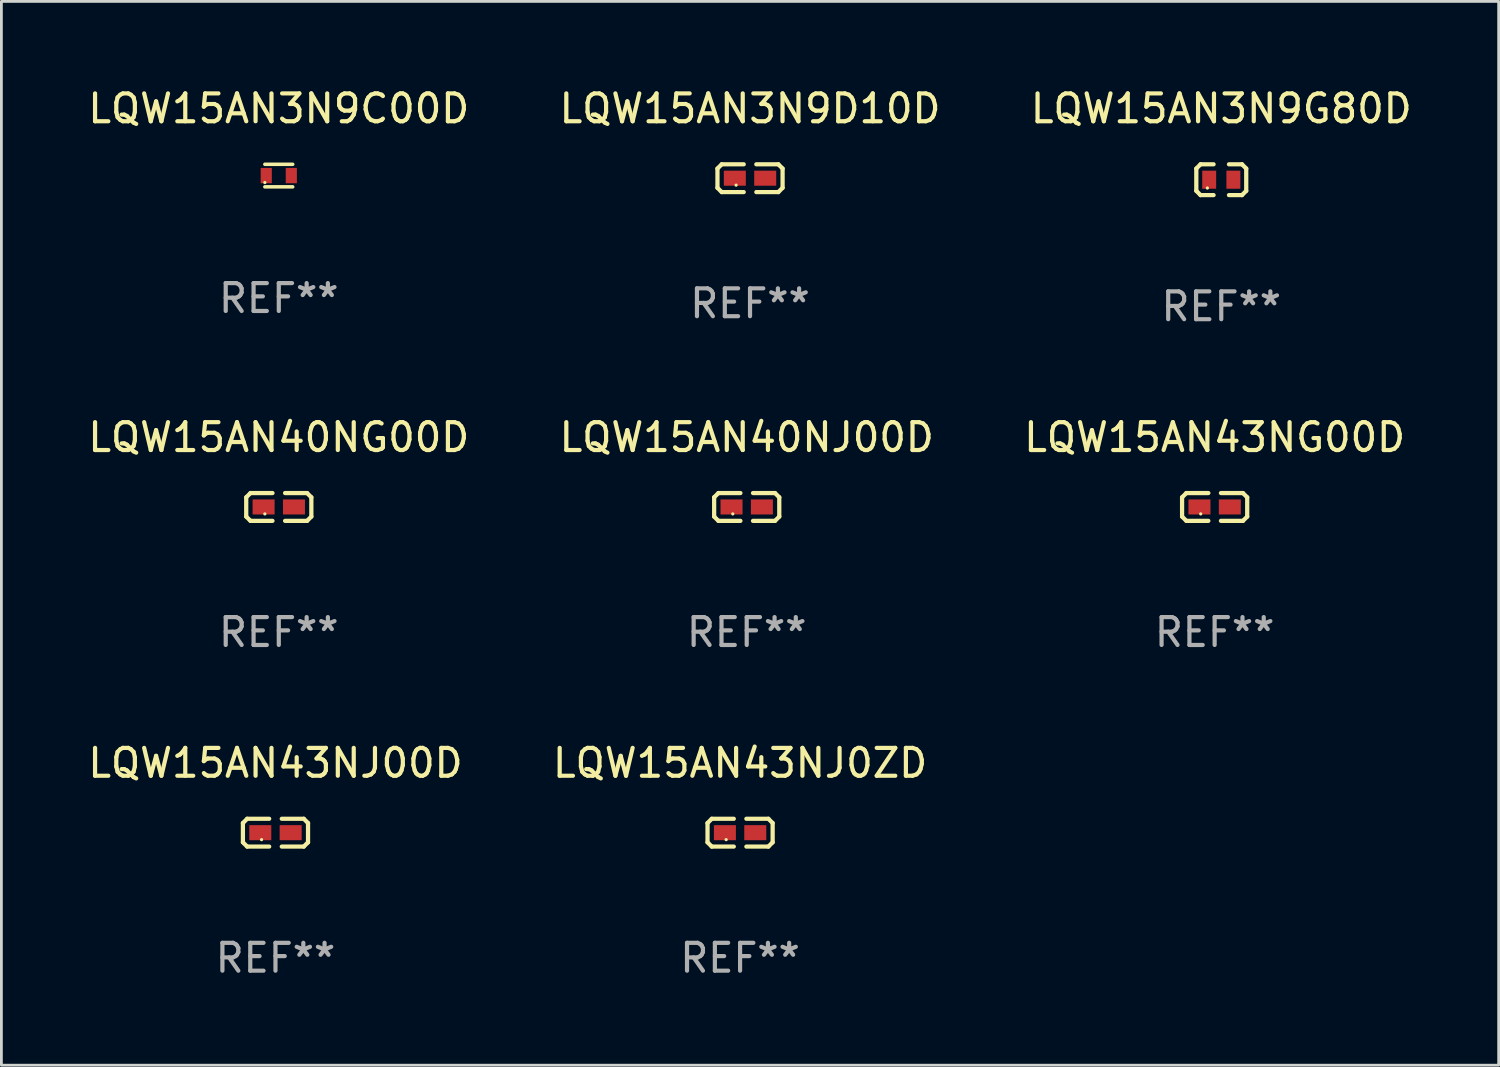
<source format=kicad_pcb>
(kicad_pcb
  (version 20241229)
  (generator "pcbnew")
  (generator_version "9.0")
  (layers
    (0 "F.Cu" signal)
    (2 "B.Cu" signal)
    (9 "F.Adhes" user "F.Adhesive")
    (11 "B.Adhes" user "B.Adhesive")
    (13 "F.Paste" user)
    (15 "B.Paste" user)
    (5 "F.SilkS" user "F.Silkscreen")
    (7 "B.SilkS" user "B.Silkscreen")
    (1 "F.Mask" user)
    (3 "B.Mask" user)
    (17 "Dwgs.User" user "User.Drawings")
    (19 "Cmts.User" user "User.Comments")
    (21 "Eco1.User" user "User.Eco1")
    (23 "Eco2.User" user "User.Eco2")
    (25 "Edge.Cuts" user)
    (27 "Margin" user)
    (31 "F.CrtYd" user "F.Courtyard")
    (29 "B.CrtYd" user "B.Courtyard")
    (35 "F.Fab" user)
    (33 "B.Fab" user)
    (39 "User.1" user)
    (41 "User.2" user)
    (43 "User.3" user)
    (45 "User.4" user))
  (footprint "LQW15AN40NJ00D"
    (layer "F.Cu")
    (at 23.756 15.149)
    (property "Reference" "LQW15AN40NJ00D" (at 0 -2.499 0) (layer "F.SilkS") (effects (font (size 1 1) (thickness 0.15))))
    (attr through_hole)
    (fp_line (start -1.169 -0.346) (end -1.016 -0.499) (stroke (width 0.152) (type solid)) (layer "F.SilkS"))
    (fp_line (start -1.169 0.346) (end -1.169 -0.346) (stroke (width 0.152) (type solid)) (layer "F.SilkS"))
    (fp_line (start -1.016 -0.499) (end -0.226 -0.499) (stroke (width 0.152) (type solid)) (layer "F.SilkS"))
    (fp_line (start -1.016 0.499) (end -1.169 0.346) (stroke (width 0.152) (type solid)) (layer "F.SilkS"))
    (fp_line (start -0.226 0.499) (end -1.016 0.499) (stroke (width 0.152) (type solid)) (layer "F.SilkS"))
    (fp_line (start 0.226 0.499) (end 1.016 0.499) (stroke (width 0.152) (type solid)) (layer "F.SilkS"))
    (fp_line (start 1.016 -0.499) (end 0.226 -0.499) (stroke (width 0.152) (type solid)) (layer "F.SilkS"))
    (fp_line (start 1.016 0.499) (end 1.169 0.346) (stroke (width 0.152) (type solid)) (layer "F.SilkS"))
    (fp_line (start 1.169 -0.346) (end 1.016 -0.499) (stroke (width 0.152) (type solid)) (layer "F.SilkS"))
    (fp_line (start 1.169 0.346) (end 1.169 -0.346) (stroke (width 0.152) (type solid)) (layer "F.SilkS"))
    (fp_circle (center -0.5 0.25) (end -0.47 0.25) (stroke (width 0.06) (type solid)) (fill no) (layer "F.SilkS"))
    (fp_text user "REF**" (at 0 4.499 0) (layer "F.Fab") (effects (font (size 1 1) (thickness 0.15))))
    (pad "1" smd rect (at -0.545 0) (size 0.79 0.54) (layers "F.Cu" "F.Mask" "F.Paste"))
    (pad "2" smd rect (at 0.545 0) (size 0.79 0.54) (layers "F.Cu" "F.Mask" "F.Paste")))
  (footprint "LQW15AN3N9G80D"
    (layer "F.Cu")
    (at 40.792 3.401)
    (property "Reference" "LQW15AN3N9G80D" (at 0 -2.553 0) (layer "F.SilkS") (effects (font (size 1 1) (thickness 0.15))))
    (attr through_hole)
    (fp_line (start -0.896 -0.4) (end -0.896 0.4) (stroke (width 0.152) (type solid)) (layer "F.SilkS"))
    (fp_line (start -0.896 0.4) (end -0.744 0.553) (stroke (width 0.152) (type solid)) (layer "F.SilkS"))
    (fp_line (start -0.744 -0.553) (end -0.896 -0.4) (stroke (width 0.152) (type solid)) (layer "F.SilkS"))
    (fp_line (start -0.744 0.553) (end -0.276 0.553) (stroke (width 0.152) (type solid)) (layer "F.SilkS"))
    (fp_line (start -0.276 -0.553) (end -0.744 -0.553) (stroke (width 0.152) (type solid)) (layer "F.SilkS"))
    (fp_line (start 0.276 -0.553) (end 0.744 -0.553) (stroke (width 0.152) (type solid)) (layer "F.SilkS"))
    (fp_line (start 0.744 -0.553) (end 0.896 -0.4) (stroke (width 0.152) (type solid)) (layer "F.SilkS"))
    (fp_line (start 0.744 0.553) (end 0.276 0.553) (stroke (width 0.152) (type solid)) (layer "F.SilkS"))
    (fp_line (start 0.896 -0.4) (end 0.896 0.4) (stroke (width 0.152) (type solid)) (layer "F.SilkS"))
    (fp_line (start 0.896 0.4) (end 0.744 0.553) (stroke (width 0.152) (type solid)) (layer "F.SilkS"))
    (fp_circle (center -0.5 0.3) (end -0.47 0.3) (stroke (width 0.06) (type solid)) (fill no) (layer "F.SilkS"))
    (fp_text user "REF**" (at 0 4.553 0) (layer "F.Fab") (effects (font (size 1 1) (thickness 0.15))))
    (pad "1" smd rect (at -0.434 0) (size 0.5 0.648) (layers "F.Cu" "F.Mask" "F.Paste"))
    (pad "2" smd rect (at 0.434 0) (size 0.5 0.648) (layers "F.Cu" "F.Mask" "F.Paste")))
  (footprint "LQW15AN3N9C00D"
    (layer "F.Cu")
    (at 6.958 3.253)
    (property "Reference" "LQW15AN3N9C00D" (at 0 -2.405 0) (layer "F.SilkS") (effects (font (size 1 1) (thickness 0.15))))
    (attr through_hole)
    (fp_line (start -0.5 -0.405) (end 0.5 -0.405) (stroke (width 0.127) (type solid)) (layer "F.SilkS"))
    (fp_line (start -0.5 0.405) (end 0.5 0.405) (stroke (width 0.127) (type solid)) (layer "F.SilkS"))
    (fp_circle (center -0.5 0.25) (end -0.47 0.25) (stroke (width 0.06) (type solid)) (fill no) (layer "F.SilkS"))
    (fp_text user "REF**" (at 0 4.405 0) (layer "F.Fab") (effects (font (size 1 1) (thickness 0.15))))
    (pad "1" smd rect (at -0.45 0 90) (size 0.55 0.4) (layers "F.Cu" "F.Mask" "F.Paste"))
    (pad "2" smd rect (at 0.45 0 90) (size 0.55 0.4) (layers "F.Cu" "F.Mask" "F.Paste")))
  (footprint "LQW15AN43NG00D"
    (layer "F.Cu")
    (at 40.554 15.149)
    (property "Reference" "LQW15AN43NG00D" (at 0 -2.499 0) (layer "F.SilkS") (effects (font (size 1 1) (thickness 0.15))))
    (attr through_hole)
    (fp_line (start -1.169 -0.346) (end -1.016 -0.499) (stroke (width 0.152) (type solid)) (layer "F.SilkS"))
    (fp_line (start -1.169 0.346) (end -1.169 -0.346) (stroke (width 0.152) (type solid)) (layer "F.SilkS"))
    (fp_line (start -1.016 -0.499) (end -0.226 -0.499) (stroke (width 0.152) (type solid)) (layer "F.SilkS"))
    (fp_line (start -1.016 0.499) (end -1.169 0.346) (stroke (width 0.152) (type solid)) (layer "F.SilkS"))
    (fp_line (start -0.226 0.499) (end -1.016 0.499) (stroke (width 0.152) (type solid)) (layer "F.SilkS"))
    (fp_line (start 0.226 0.499) (end 1.016 0.499) (stroke (width 0.152) (type solid)) (layer "F.SilkS"))
    (fp_line (start 1.016 -0.499) (end 0.226 -0.499) (stroke (width 0.152) (type solid)) (layer "F.SilkS"))
    (fp_line (start 1.016 0.499) (end 1.169 0.346) (stroke (width 0.152) (type solid)) (layer "F.SilkS"))
    (fp_line (start 1.169 -0.346) (end 1.016 -0.499) (stroke (width 0.152) (type solid)) (layer "F.SilkS"))
    (fp_line (start 1.169 0.346) (end 1.169 -0.346) (stroke (width 0.152) (type solid)) (layer "F.SilkS"))
    (fp_circle (center -0.5 0.25) (end -0.47 0.25) (stroke (width 0.06) (type solid)) (fill no) (layer "F.SilkS"))
    (fp_text user "REF**" (at 0 4.499 0) (layer "F.Fab") (effects (font (size 1 1) (thickness 0.15))))
    (pad "1" smd rect (at -0.545 0) (size 0.79 0.54) (layers "F.Cu" "F.Mask" "F.Paste"))
    (pad "2" smd rect (at 0.545 0) (size 0.79 0.54) (layers "F.Cu" "F.Mask" "F.Paste")))
  (footprint "LQW15AN43NJ00D"
    (layer "F.Cu")
    (at 6.839 26.842)
    (property "Reference" "LQW15AN43NJ00D" (at 0 -2.499 0) (layer "F.SilkS") (effects (font (size 1 1) (thickness 0.15))))
    (attr through_hole)
    (fp_line (start -1.169 -0.346) (end -1.016 -0.499) (stroke (width 0.152) (type solid)) (layer "F.SilkS"))
    (fp_line (start -1.169 0.346) (end -1.169 -0.346) (stroke (width 0.152) (type solid)) (layer "F.SilkS"))
    (fp_line (start -1.016 -0.499) (end -0.226 -0.499) (stroke (width 0.152) (type solid)) (layer "F.SilkS"))
    (fp_line (start -1.016 0.499) (end -1.169 0.346) (stroke (width 0.152) (type solid)) (layer "F.SilkS"))
    (fp_line (start -0.226 0.499) (end -1.016 0.499) (stroke (width 0.152) (type solid)) (layer "F.SilkS"))
    (fp_line (start 0.226 0.499) (end 1.016 0.499) (stroke (width 0.152) (type solid)) (layer "F.SilkS"))
    (fp_line (start 1.016 -0.499) (end 0.226 -0.499) (stroke (width 0.152) (type solid)) (layer "F.SilkS"))
    (fp_line (start 1.016 0.499) (end 1.169 0.346) (stroke (width 0.152) (type solid)) (layer "F.SilkS"))
    (fp_line (start 1.169 -0.346) (end 1.016 -0.499) (stroke (width 0.152) (type solid)) (layer "F.SilkS"))
    (fp_line (start 1.169 0.346) (end 1.169 -0.346) (stroke (width 0.152) (type solid)) (layer "F.SilkS"))
    (fp_circle (center -0.5 0.25) (end -0.47 0.25) (stroke (width 0.06) (type solid)) (fill no) (layer "F.SilkS"))
    (fp_text user "REF**" (at 0 4.499 0) (layer "F.Fab") (effects (font (size 1 1) (thickness 0.15))))
    (pad "1" smd rect (at -0.545 0) (size 0.79 0.54) (layers "F.Cu" "F.Mask" "F.Paste"))
    (pad "2" smd rect (at 0.545 0) (size 0.79 0.54) (layers "F.Cu" "F.Mask" "F.Paste")))
  (footprint "LQW15AN40NG00D"
    (layer "F.Cu")
    (at 6.958 15.149)
    (property "Reference" "LQW15AN40NG00D" (at 0 -2.499 0) (layer "F.SilkS") (effects (font (size 1 1) (thickness 0.15))))
    (attr through_hole)
    (fp_line (start -1.169 -0.346) (end -1.016 -0.499) (stroke (width 0.152) (type solid)) (layer "F.SilkS"))
    (fp_line (start -1.169 0.346) (end -1.169 -0.346) (stroke (width 0.152) (type solid)) (layer "F.SilkS"))
    (fp_line (start -1.016 -0.499) (end -0.226 -0.499) (stroke (width 0.152) (type solid)) (layer "F.SilkS"))
    (fp_line (start -1.016 0.499) (end -1.169 0.346) (stroke (width 0.152) (type solid)) (layer "F.SilkS"))
    (fp_line (start -0.226 0.499) (end -1.016 0.499) (stroke (width 0.152) (type solid)) (layer "F.SilkS"))
    (fp_line (start 0.226 0.499) (end 1.016 0.499) (stroke (width 0.152) (type solid)) (layer "F.SilkS"))
    (fp_line (start 1.016 -0.499) (end 0.226 -0.499) (stroke (width 0.152) (type solid)) (layer "F.SilkS"))
    (fp_line (start 1.016 0.499) (end 1.169 0.346) (stroke (width 0.152) (type solid)) (layer "F.SilkS"))
    (fp_line (start 1.169 -0.346) (end 1.016 -0.499) (stroke (width 0.152) (type solid)) (layer "F.SilkS"))
    (fp_line (start 1.169 0.346) (end 1.169 -0.346) (stroke (width 0.152) (type solid)) (layer "F.SilkS"))
    (fp_circle (center -0.5 0.25) (end -0.47 0.25) (stroke (width 0.06) (type solid)) (fill no) (layer "F.SilkS"))
    (fp_text user "REF**" (at 0 4.499 0) (layer "F.Fab") (effects (font (size 1 1) (thickness 0.15))))
    (pad "1" smd rect (at -0.545 0) (size 0.79 0.54) (layers "F.Cu" "F.Mask" "F.Paste"))
    (pad "2" smd rect (at 0.545 0) (size 0.79 0.54) (layers "F.Cu" "F.Mask" "F.Paste")))
  (footprint "LQW15AN3N9D10D"
    (layer "F.Cu")
    (at 23.875 3.347)
    (property "Reference" "LQW15AN3N9D10D" (at 0 -2.499 0) (layer "F.SilkS") (effects (font (size 1 1) (thickness 0.15))))
    (attr through_hole)
    (fp_line (start -1.169 -0.346) (end -1.016 -0.499) (stroke (width 0.152) (type solid)) (layer "F.SilkS"))
    (fp_line (start -1.169 0.346) (end -1.169 -0.346) (stroke (width 0.152) (type solid)) (layer "F.SilkS"))
    (fp_line (start -1.016 -0.499) (end -0.226 -0.499) (stroke (width 0.152) (type solid)) (layer "F.SilkS"))
    (fp_line (start -1.016 0.499) (end -1.169 0.346) (stroke (width 0.152) (type solid)) (layer "F.SilkS"))
    (fp_line (start -0.226 0.499) (end -1.016 0.499) (stroke (width 0.152) (type solid)) (layer "F.SilkS"))
    (fp_line (start 0.226 0.499) (end 1.016 0.499) (stroke (width 0.152) (type solid)) (layer "F.SilkS"))
    (fp_line (start 1.016 -0.499) (end 0.226 -0.499) (stroke (width 0.152) (type solid)) (layer "F.SilkS"))
    (fp_line (start 1.016 0.499) (end 1.169 0.346) (stroke (width 0.152) (type solid)) (layer "F.SilkS"))
    (fp_line (start 1.169 -0.346) (end 1.016 -0.499) (stroke (width 0.152) (type solid)) (layer "F.SilkS"))
    (fp_line (start 1.169 0.346) (end 1.169 -0.346) (stroke (width 0.152) (type solid)) (layer "F.SilkS"))
    (fp_circle (center -0.5 0.25) (end -0.47 0.25) (stroke (width 0.06) (type solid)) (fill no) (layer "F.SilkS"))
    (fp_text user "REF**" (at 0 4.499 0) (layer "F.Fab") (effects (font (size 1 1) (thickness 0.15))))
    (pad "1" smd rect (at -0.545 0) (size 0.79 0.54) (layers "F.Cu" "F.Mask" "F.Paste"))
    (pad "2" smd rect (at 0.545 0) (size 0.79 0.54) (layers "F.Cu" "F.Mask" "F.Paste")))
  (footprint "LQW15AN43NJ0ZD"
    (layer "F.Cu")
    (at 23.518 26.842)
    (property "Reference" "LQW15AN43NJ0ZD" (at 0 -2.499 0) (layer "F.SilkS") (effects (font (size 1 1) (thickness 0.15))))
    (attr through_hole)
    (fp_line (start -1.169 -0.346) (end -1.016 -0.499) (stroke (width 0.152) (type solid)) (layer "F.SilkS"))
    (fp_line (start -1.169 0.346) (end -1.169 -0.346) (stroke (width 0.152) (type solid)) (layer "F.SilkS"))
    (fp_line (start -1.016 -0.499) (end -0.226 -0.499) (stroke (width 0.152) (type solid)) (layer "F.SilkS"))
    (fp_line (start -1.016 0.499) (end -1.169 0.346) (stroke (width 0.152) (type solid)) (layer "F.SilkS"))
    (fp_line (start -0.226 0.499) (end -1.016 0.499) (stroke (width 0.152) (type solid)) (layer "F.SilkS"))
    (fp_line (start 0.226 0.499) (end 1.016 0.499) (stroke (width 0.152) (type solid)) (layer "F.SilkS"))
    (fp_line (start 1.016 -0.499) (end 0.226 -0.499) (stroke (width 0.152) (type solid)) (layer "F.SilkS"))
    (fp_line (start 1.016 0.499) (end 1.169 0.346) (stroke (width 0.152) (type solid)) (layer "F.SilkS"))
    (fp_line (start 1.169 -0.346) (end 1.016 -0.499) (stroke (width 0.152) (type solid)) (layer "F.SilkS"))
    (fp_line (start 1.169 0.346) (end 1.169 -0.346) (stroke (width 0.152) (type solid)) (layer "F.SilkS"))
    (fp_circle (center -0.5 0.25) (end -0.47 0.25) (stroke (width 0.06) (type solid)) (fill no) (layer "F.SilkS"))
    (fp_text user "REF**" (at 0 4.499 0) (layer "F.Fab") (effects (font (size 1 1) (thickness 0.15))))
    (pad "1" smd rect (at -0.545 0) (size 0.79 0.54) (layers "F.Cu" "F.Mask" "F.Paste"))
    (pad "2" smd rect (at 0.545 0) (size 0.79 0.54) (layers "F.Cu" "F.Mask" "F.Paste")))
  (gr_rect
    (start -3 -3)
    (end 50.75 35.189)
    (stroke (width 0.1) (type default))
    (fill no)
    (layer "Edge.Cuts")))
</source>
